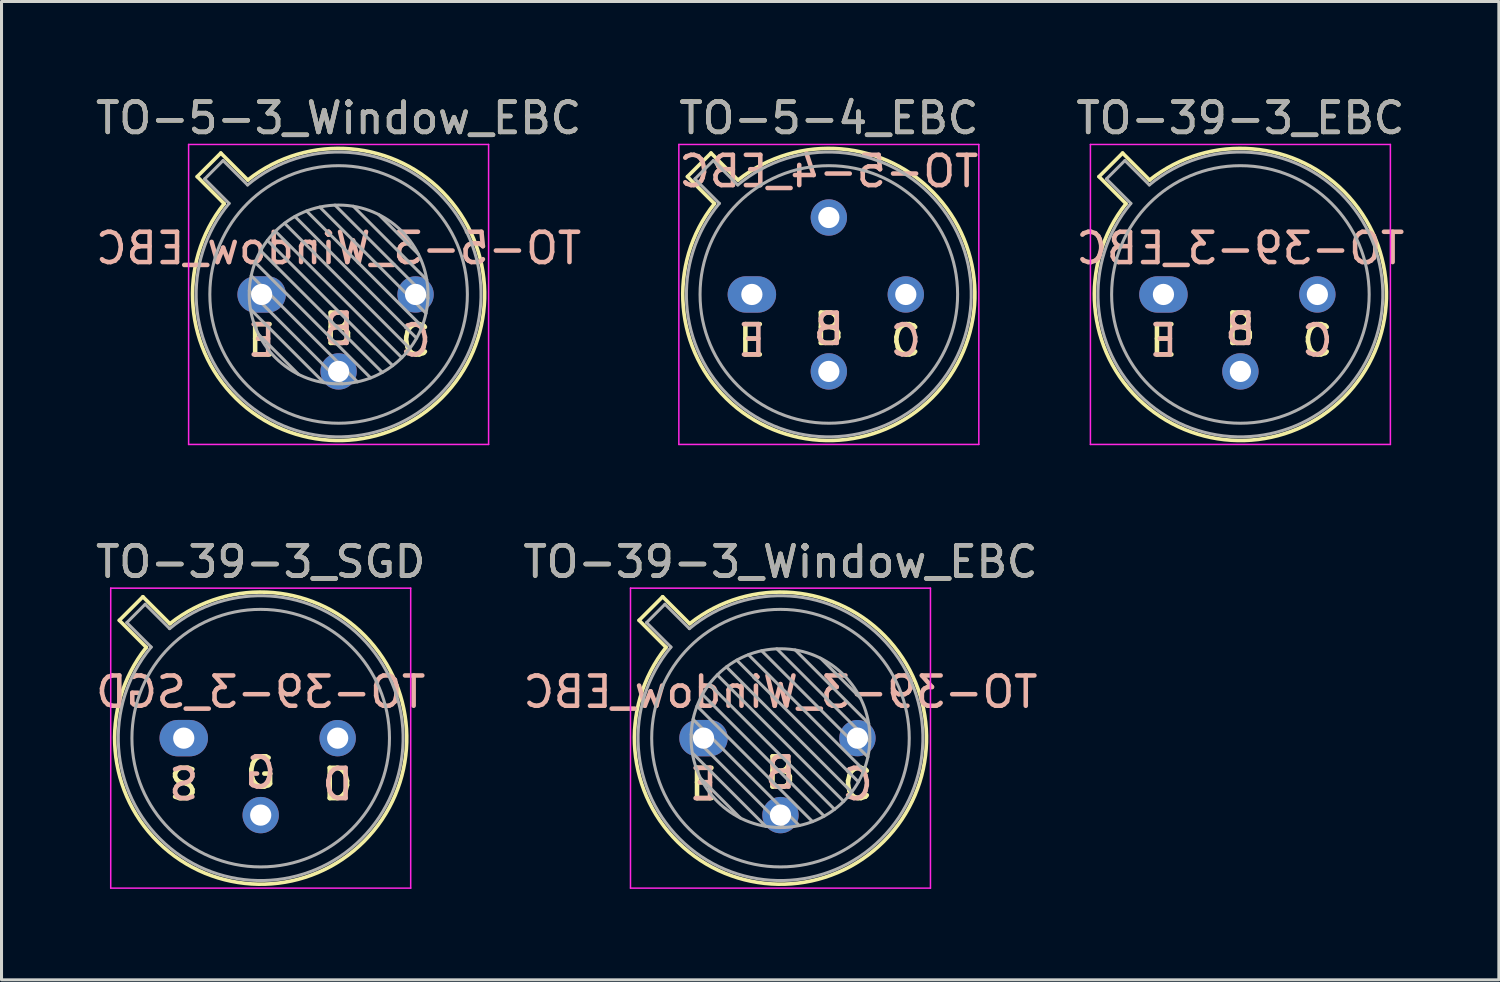
<source format=kicad_pcb>
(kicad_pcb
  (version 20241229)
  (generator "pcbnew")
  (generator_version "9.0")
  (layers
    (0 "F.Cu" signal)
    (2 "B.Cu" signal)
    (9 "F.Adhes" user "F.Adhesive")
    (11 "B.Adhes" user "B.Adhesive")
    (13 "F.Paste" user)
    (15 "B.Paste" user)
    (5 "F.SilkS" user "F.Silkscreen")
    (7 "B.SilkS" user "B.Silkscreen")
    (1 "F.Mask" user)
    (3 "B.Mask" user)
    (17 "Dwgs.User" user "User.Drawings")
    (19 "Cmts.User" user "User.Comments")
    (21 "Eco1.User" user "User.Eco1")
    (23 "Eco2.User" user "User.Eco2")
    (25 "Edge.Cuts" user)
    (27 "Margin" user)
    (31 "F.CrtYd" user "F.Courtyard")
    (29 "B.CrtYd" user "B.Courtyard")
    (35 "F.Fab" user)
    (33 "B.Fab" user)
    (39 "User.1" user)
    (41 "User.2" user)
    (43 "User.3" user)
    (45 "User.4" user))
  (footprint "TO-5-4_EBC"
    (layer "F.Cu")
    (at 21.764 6.668)
    (property "Reference" "TO-5-4_EBC" (at 2.54 -5.82 0) (layer "F.SilkS") (effects (font (size 1 1) (thickness 0.15))))
    (fp_line (start -2.126 -3.888) (end -1.235 -2.997) (stroke (width 0.12) (type solid)) (layer "F.SilkS"))
    (fp_line (start -1.348 -4.666) (end -2.126 -3.888) (stroke (width 0.12) (type solid)) (layer "F.SilkS"))
    (fp_line (start -0.457 -3.775) (end -1.348 -4.666) (stroke (width 0.12) (type solid)) (layer "F.SilkS"))
    (fp_arc (start -0.457084 -3.774902) (mid 5.948125 3.408384) (end -1.234674 -2.997371) (stroke (width 0.12) (type solid)) (layer "F.SilkS"))
    (fp_line (start -2.41 -4.95) (end -2.41 4.95) (stroke (width 0.05) (type solid)) (layer "F.CrtYd"))
    (fp_line (start -2.41 4.95) (end 7.49 4.95) (stroke (width 0.05) (type solid)) (layer "F.CrtYd"))
    (fp_line (start 7.49 -4.95) (end -2.41 -4.95) (stroke (width 0.05) (type solid)) (layer "F.CrtYd"))
    (fp_line (start 7.49 4.95) (end 7.49 -4.95) (stroke (width 0.05) (type solid)) (layer "F.CrtYd"))
    (fp_line (start -1.88 -3.812) (end -1.074 -3.005) (stroke (width 0.1) (type solid)) (layer "F.Fab"))
    (fp_line (start -1.272 -4.42) (end -1.88 -3.812) (stroke (width 0.1) (type solid)) (layer "F.Fab"))
    (fp_line (start -0.465 -3.614) (end -1.272 -4.42) (stroke (width 0.1) (type solid)) (layer "F.Fab"))
    (fp_arc (start -0.465408 -3.61352) (mid 5.863443 3.323361) (end -1.073594 -3.005319) (stroke (width 0.1) (type solid)) (layer "F.Fab"))
    (fp_circle (center 2.54 0) (end 6.79 0) (stroke (width 0.1) (type solid)) (fill no) (layer "F.Fab"))
    (fp_text user "C" (at 5.08 1.524 0) (unlocked yes) (layer "F.SilkS") (effects (font (size 1 1) (thickness 0.15))))
    (fp_text user "E" (at 0 1.524 0) (unlocked yes) (layer "F.SilkS") (effects (font (size 1 1) (thickness 0.15))))
    (fp_text user "B" (at 2.54 1.143 0) (unlocked yes) (layer "F.SilkS") (effects (font (size 1 1) (thickness 0.15))))
    (fp_text user "B" (at 2.54 1.143 0) (unlocked yes) (layer "B.SilkS") (effects (font (size 1 1) (thickness 0.15)) (justify mirror)))
    (fp_text user "E" (at 0 1.524 0) (unlocked yes) (layer "B.SilkS") (effects (font (size 1 1) (thickness 0.15)) (justify mirror)))
    (fp_text user "${REFERENCE}" (at 2.54 -4.064 0) (layer "B.SilkS") (effects (font (size 1 1) (thickness 0.15)) (justify mirror)))
    (fp_text user "C" (at 5.08 1.524 0) (unlocked yes) (layer "B.SilkS") (effects (font (size 1 1) (thickness 0.15)) (justify mirror)))
    (fp_text user "${REFERENCE}" (at 2.54 -5.82 0) (layer "F.Fab") (effects (font (size 1 1) (thickness 0.15))))
    (pad "1" thru_hole oval (at 0 0) (size 1.6 1.2) (drill 0.7) (layers "*.Cu" "*.Mask"))
    (pad "2" thru_hole oval (at 2.54 2.54) (size 1.2 1.2) (drill 0.7) (layers "*.Cu" "*.Mask"))
    (pad "3" thru_hole oval (at 5.08 0) (size 1.2 1.2) (drill 0.7) (layers "*.Cu" "*.Mask"))
    (pad "4" thru_hole oval (at 2.54 -2.54) (size 1.2 1.2) (drill 0.7) (layers "*.Cu" "*.Mask")))
  (footprint "TO-39-3_EBC"
    (layer "F.Cu")
    (at 35.347 6.668)
    (property "Reference" "TO-39-3_EBC" (at 2.54 -5.82 0) (layer "F.SilkS") (effects (font (size 1 1) (thickness 0.15))))
    (fp_line (start -2.126 -3.888) (end -1.235 -2.997) (stroke (width 0.12) (type solid)) (layer "F.SilkS"))
    (fp_line (start -1.348 -4.666) (end -2.126 -3.888) (stroke (width 0.12) (type solid)) (layer "F.SilkS"))
    (fp_line (start -0.457 -3.775) (end -1.348 -4.666) (stroke (width 0.12) (type solid)) (layer "F.SilkS"))
    (fp_arc (start -0.457084 -3.774902) (mid 5.948125 3.408384) (end -1.234674 -2.997371) (stroke (width 0.12) (type solid)) (layer "F.SilkS"))
    (fp_line (start -2.41 -4.95) (end -2.41 4.95) (stroke (width 0.05) (type solid)) (layer "F.CrtYd"))
    (fp_line (start -2.41 4.95) (end 7.49 4.95) (stroke (width 0.05) (type solid)) (layer "F.CrtYd"))
    (fp_line (start 7.49 -4.95) (end -2.41 -4.95) (stroke (width 0.05) (type solid)) (layer "F.CrtYd"))
    (fp_line (start 7.49 4.95) (end 7.49 -4.95) (stroke (width 0.05) (type solid)) (layer "F.CrtYd"))
    (fp_line (start -1.88 -3.812) (end -1.074 -3.005) (stroke (width 0.1) (type solid)) (layer "F.Fab"))
    (fp_line (start -1.272 -4.42) (end -1.88 -3.812) (stroke (width 0.1) (type solid)) (layer "F.Fab"))
    (fp_line (start -0.465 -3.614) (end -1.272 -4.42) (stroke (width 0.1) (type solid)) (layer "F.Fab"))
    (fp_arc (start -0.465408 -3.61352) (mid 5.863443 3.323361) (end -1.073594 -3.005319) (stroke (width 0.1) (type solid)) (layer "F.Fab"))
    (fp_circle (center 2.54 0) (end 6.79 0) (stroke (width 0.1) (type solid)) (fill no) (layer "F.Fab"))
    (fp_text user "B" (at 2.54 1.143 0) (unlocked yes) (layer "F.SilkS") (effects (font (size 1 1) (thickness 0.15))))
    (fp_text user "C" (at 5.08 1.524 0) (unlocked yes) (layer "F.SilkS") (effects (font (size 1 1) (thickness 0.15))))
    (fp_text user "E" (at 0 1.524 0) (unlocked yes) (layer "F.SilkS") (effects (font (size 1 1) (thickness 0.15))))
    (fp_text user "E" (at 0 1.524 0) (unlocked yes) (layer "B.SilkS") (effects (font (size 1 1) (thickness 0.15)) (justify mirror)))
    (fp_text user "${REFERENCE}" (at 2.54 -1.524 0) (layer "B.SilkS") (effects (font (size 1 1) (thickness 0.15)) (justify mirror)))
    (fp_text user "B" (at 2.54 1.143 0) (unlocked yes) (layer "B.SilkS") (effects (font (size 1 1) (thickness 0.15)) (justify mirror)))
    (fp_text user "C" (at 5.08 1.524 0) (unlocked yes) (layer "B.SilkS") (effects (font (size 1 1) (thickness 0.15)) (justify mirror)))
    (fp_text user "${REFERENCE}" (at 2.54 -5.82 0) (layer "F.Fab") (effects (font (size 1 1) (thickness 0.15))))
    (pad "1" thru_hole oval (at 0 0) (size 1.6 1.2) (drill 0.7) (layers "*.Cu" "*.Mask"))
    (pad "2" thru_hole oval (at 2.54 2.54) (size 1.2 1.2) (drill 0.7) (layers "*.Cu" "*.Mask"))
    (pad "3" thru_hole oval (at 5.08 0) (size 1.2 1.2) (drill 0.7) (layers "*.Cu" "*.Mask")))
  (footprint "TO-39-3_SGD"
    (layer "F.Cu")
    (at 3.014 21.311)
    (property "Reference" "TO-39-3_SGD" (at 2.54 -5.82 0) (layer "F.SilkS") (effects (font (size 1 1) (thickness 0.15))))
    (fp_line (start -2.126 -3.888) (end -1.235 -2.997) (stroke (width 0.12) (type solid)) (layer "F.SilkS"))
    (fp_line (start -1.348 -4.666) (end -2.126 -3.888) (stroke (width 0.12) (type solid)) (layer "F.SilkS"))
    (fp_line (start -0.457 -3.775) (end -1.348 -4.666) (stroke (width 0.12) (type solid)) (layer "F.SilkS"))
    (fp_arc (start -0.457084 -3.774902) (mid 5.948125 3.408384) (end -1.234674 -2.997371) (stroke (width 0.12) (type solid)) (layer "F.SilkS"))
    (fp_line (start -2.41 -4.95) (end -2.41 4.95) (stroke (width 0.05) (type solid)) (layer "F.CrtYd"))
    (fp_line (start -2.41 4.95) (end 7.49 4.95) (stroke (width 0.05) (type solid)) (layer "F.CrtYd"))
    (fp_line (start 7.49 -4.95) (end -2.41 -4.95) (stroke (width 0.05) (type solid)) (layer "F.CrtYd"))
    (fp_line (start 7.49 4.95) (end 7.49 -4.95) (stroke (width 0.05) (type solid)) (layer "F.CrtYd"))
    (fp_line (start -1.88 -3.812) (end -1.074 -3.005) (stroke (width 0.1) (type solid)) (layer "F.Fab"))
    (fp_line (start -1.272 -4.42) (end -1.88 -3.812) (stroke (width 0.1) (type solid)) (layer "F.Fab"))
    (fp_line (start -0.465 -3.614) (end -1.272 -4.42) (stroke (width 0.1) (type solid)) (layer "F.Fab"))
    (fp_arc (start -0.465408 -3.61352) (mid 5.863443 3.323361) (end -1.073594 -3.005319) (stroke (width 0.1) (type solid)) (layer "F.Fab"))
    (fp_circle (center 2.54 0) (end 6.79 0) (stroke (width 0.1) (type solid)) (fill no) (layer "F.Fab"))
    (fp_text user "G" (at 2.54 1.143 0) (unlocked yes) (layer "F.SilkS") (effects (font (size 1 1) (thickness 0.15))))
    (fp_text user "D" (at 5.08 1.524 0) (unlocked yes) (layer "F.SilkS") (effects (font (size 1 1) (thickness 0.15))))
    (fp_text user "S" (at 0 1.524 0) (unlocked yes) (layer "F.SilkS") (effects (font (size 1 1) (thickness 0.15))))
    (fp_text user "S" (at 0 1.524 0) (unlocked yes) (layer "B.SilkS") (effects (font (size 1 1) (thickness 0.15)) (justify mirror)))
    (fp_text user "D" (at 5.08 1.524 0) (unlocked yes) (layer "B.SilkS") (effects (font (size 1 1) (thickness 0.15)) (justify mirror)))
    (fp_text user "G" (at 2.54 1.143 0) (unlocked yes) (layer "B.SilkS") (effects (font (size 1 1) (thickness 0.15)) (justify mirror)))
    (fp_text user "${REFERENCE}" (at 2.54 -1.524 0) (layer "B.SilkS") (effects (font (size 1 1) (thickness 0.15)) (justify mirror)))
    (fp_text user "${REFERENCE}" (at 2.54 -5.82 0) (layer "F.Fab") (effects (font (size 1 1) (thickness 0.15))))
    (pad "1" thru_hole oval (at 0 0) (size 1.6 1.2) (drill 0.7) (layers "*.Cu" "*.Mask"))
    (pad "2" thru_hole oval (at 2.54 2.54) (size 1.2 1.2) (drill 0.7) (layers "*.Cu" "*.Mask"))
    (pad "3" thru_hole oval (at 5.08 0) (size 1.2 1.2) (drill 0.7) (layers "*.Cu" "*.Mask")))
  (footprint "TO-5-3_Window_EBC"
    (layer "F.Cu")
    (at 5.585 6.668)
    (property "Reference" "TO-5-3_Window_EBC" (at 2.54 -5.82 0) (layer "F.SilkS") (effects (font (size 1 1) (thickness 0.15))))
    (fp_line (start -2.126 -3.888) (end -1.235 -2.997) (stroke (width 0.12) (type solid)) (layer "F.SilkS"))
    (fp_line (start -1.348 -4.666) (end -2.126 -3.888) (stroke (width 0.12) (type solid)) (layer "F.SilkS"))
    (fp_line (start -0.457 -3.775) (end -1.348 -4.666) (stroke (width 0.12) (type solid)) (layer "F.SilkS"))
    (fp_arc (start -0.457084 -3.774902) (mid 5.948125 3.408384) (end -1.234674 -2.997371) (stroke (width 0.12) (type solid)) (layer "F.SilkS"))
    (fp_line (start -2.41 -4.95) (end -2.41 4.95) (stroke (width 0.05) (type solid)) (layer "F.CrtYd"))
    (fp_line (start -2.41 4.95) (end 7.49 4.95) (stroke (width 0.05) (type solid)) (layer "F.CrtYd"))
    (fp_line (start 7.49 -4.95) (end -2.41 -4.95) (stroke (width 0.05) (type solid)) (layer "F.CrtYd"))
    (fp_line (start 7.49 4.95) (end 7.49 -4.95) (stroke (width 0.05) (type solid)) (layer "F.CrtYd"))
    (fp_line (start -1.88 -3.812) (end -1.074 -3.005) (stroke (width 0.1) (type solid)) (layer "F.Fab"))
    (fp_line (start -1.272 -4.42) (end -1.88 -3.812) (stroke (width 0.1) (type solid)) (layer "F.Fab"))
    (fp_line (start -0.465 -3.614) (end -1.272 -4.42) (stroke (width 0.1) (type solid)) (layer "F.Fab"))
    (fp_line (start -0.408 -0.12) (end 2.66 2.948) (stroke (width 0.1) (type solid)) (layer "F.Fab"))
    (fp_line (start -0.371 0.485) (end 2.055 2.911) (stroke (width 0.1) (type solid)) (layer "F.Fab"))
    (fp_line (start -0.344 -0.622) (end 3.162 2.884) (stroke (width 0.1) (type solid)) (layer "F.Fab"))
    (fp_line (start -0.215 -1.058) (end 3.598 2.755) (stroke (width 0.1) (type solid)) (layer "F.Fab"))
    (fp_line (start -0.097 1.324) (end 1.216 2.637) (stroke (width 0.1) (type solid)) (layer "F.Fab"))
    (fp_line (start -0.034 -1.443) (end 3.983 2.574) (stroke (width 0.1) (type solid)) (layer "F.Fab"))
    (fp_line (start 0.19 -1.784) (end 4.324 2.35) (stroke (width 0.1) (type solid)) (layer "F.Fab"))
    (fp_line (start 0.454 -2.086) (end 4.626 2.086) (stroke (width 0.1) (type solid)) (layer "F.Fab"))
    (fp_line (start 0.756 -2.35) (end 4.89 1.784) (stroke (width 0.1) (type solid)) (layer "F.Fab"))
    (fp_line (start 1.097 -2.574) (end 5.114 1.443) (stroke (width 0.1) (type solid)) (layer "F.Fab"))
    (fp_line (start 1.482 -2.755) (end 5.295 1.058) (stroke (width 0.1) (type solid)) (layer "F.Fab"))
    (fp_line (start 1.918 -2.884) (end 5.424 0.622) (stroke (width 0.1) (type solid)) (layer "F.Fab"))
    (fp_line (start 2.42 -2.948) (end 5.488 0.12) (stroke (width 0.1) (type solid)) (layer "F.Fab"))
    (fp_line (start 3.025 -2.911) (end 5.451 -0.485) (stroke (width 0.1) (type solid)) (layer "F.Fab"))
    (fp_line (start 3.864 -2.637) (end 5.177 -1.324) (stroke (width 0.1) (type solid)) (layer "F.Fab"))
    (fp_arc (start -0.465408 -3.61352) (mid 5.863443 3.323361) (end -1.073594 -3.005319) (stroke (width 0.1) (type solid)) (layer "F.Fab"))
    (fp_circle (center 2.54 0) (end 5.49 0) (stroke (width 0.1) (type solid)) (fill no) (layer "F.Fab"))
    (fp_circle (center 2.54 0) (end 6.79 0) (stroke (width 0.1) (type solid)) (fill no) (layer "F.Fab"))
    (fp_text user "C" (at 5.08 1.524 0) (unlocked yes) (layer "F.SilkS") (effects (font (size 1 1) (thickness 0.15))))
    (fp_text user "B" (at 2.54 1.143 0) (unlocked yes) (layer "F.SilkS") (effects (font (size 1 1) (thickness 0.15))))
    (fp_text user "E" (at 0 1.524 0) (unlocked yes) (layer "F.SilkS") (effects (font (size 1 1) (thickness 0.15))))
    (fp_text user "E" (at 0 1.524 0) (unlocked yes) (layer "B.SilkS") (effects (font (size 1 1) (thickness 0.15)) (justify mirror)))
    (fp_text user "C" (at 5.08 1.524 0) (unlocked yes) (layer "B.SilkS") (effects (font (size 1 1) (thickness 0.15)) (justify mirror)))
    (fp_text user "${REFERENCE}" (at 2.54 -1.524 0) (layer "B.SilkS") (effects (font (size 1 1) (thickness 0.15)) (justify mirror)))
    (fp_text user "B" (at 2.54 1.143 0) (unlocked yes) (layer "B.SilkS") (effects (font (size 1 1) (thickness 0.15)) (justify mirror)))
    (fp_text user "${REFERENCE}" (at 2.54 -5.82 0) (layer "F.Fab") (effects (font (size 1 1) (thickness 0.15))))
    (pad "1" thru_hole oval (at 0 0) (size 1.6 1.2) (drill 0.7) (layers "*.Cu" "*.Mask"))
    (pad "2" thru_hole oval (at 2.54 2.54) (size 1.2 1.2) (drill 0.7) (layers "*.Cu" "*.Mask"))
    (pad "3" thru_hole oval (at 5.08 0) (size 1.2 1.2) (drill 0.7) (layers "*.Cu" "*.Mask")))
  (footprint "TO-39-3_Window_EBC"
    (layer "F.Cu")
    (at 20.168 21.311)
    (property "Reference" "TO-39-3_Window_EBC" (at 2.54 -5.82 0) (layer "F.SilkS") (effects (font (size 1 1) (thickness 0.15))))
    (fp_line (start -2.126 -3.888) (end -1.235 -2.997) (stroke (width 0.12) (type solid)) (layer "F.SilkS"))
    (fp_line (start -1.348 -4.666) (end -2.126 -3.888) (stroke (width 0.12) (type solid)) (layer "F.SilkS"))
    (fp_line (start -0.457 -3.775) (end -1.348 -4.666) (stroke (width 0.12) (type solid)) (layer "F.SilkS"))
    (fp_arc (start -0.457084 -3.774902) (mid 5.948125 3.408384) (end -1.234674 -2.997371) (stroke (width 0.12) (type solid)) (layer "F.SilkS"))
    (fp_line (start -2.41 -4.95) (end -2.41 4.95) (stroke (width 0.05) (type solid)) (layer "F.CrtYd"))
    (fp_line (start -2.41 4.95) (end 7.49 4.95) (stroke (width 0.05) (type solid)) (layer "F.CrtYd"))
    (fp_line (start 7.49 -4.95) (end -2.41 -4.95) (stroke (width 0.05) (type solid)) (layer "F.CrtYd"))
    (fp_line (start 7.49 4.95) (end 7.49 -4.95) (stroke (width 0.05) (type solid)) (layer "F.CrtYd"))
    (fp_line (start -1.88 -3.812) (end -1.074 -3.005) (stroke (width 0.1) (type solid)) (layer "F.Fab"))
    (fp_line (start -1.272 -4.42) (end -1.88 -3.812) (stroke (width 0.1) (type solid)) (layer "F.Fab"))
    (fp_line (start -0.465 -3.614) (end -1.272 -4.42) (stroke (width 0.1) (type solid)) (layer "F.Fab"))
    (fp_line (start -0.408 -0.12) (end 2.66 2.948) (stroke (width 0.1) (type solid)) (layer "F.Fab"))
    (fp_line (start -0.371 0.485) (end 2.055 2.911) (stroke (width 0.1) (type solid)) (layer "F.Fab"))
    (fp_line (start -0.344 -0.622) (end 3.162 2.884) (stroke (width 0.1) (type solid)) (layer "F.Fab"))
    (fp_line (start -0.215 -1.058) (end 3.598 2.755) (stroke (width 0.1) (type solid)) (layer "F.Fab"))
    (fp_line (start -0.097 1.324) (end 1.216 2.637) (stroke (width 0.1) (type solid)) (layer "F.Fab"))
    (fp_line (start -0.034 -1.443) (end 3.983 2.574) (stroke (width 0.1) (type solid)) (layer "F.Fab"))
    (fp_line (start 0.19 -1.784) (end 4.324 2.35) (stroke (width 0.1) (type solid)) (layer "F.Fab"))
    (fp_line (start 0.454 -2.086) (end 4.626 2.086) (stroke (width 0.1) (type solid)) (layer "F.Fab"))
    (fp_line (start 0.756 -2.35) (end 4.89 1.784) (stroke (width 0.1) (type solid)) (layer "F.Fab"))
    (fp_line (start 1.097 -2.574) (end 5.114 1.443) (stroke (width 0.1) (type solid)) (layer "F.Fab"))
    (fp_line (start 1.482 -2.755) (end 5.295 1.058) (stroke (width 0.1) (type solid)) (layer "F.Fab"))
    (fp_line (start 1.918 -2.884) (end 5.424 0.622) (stroke (width 0.1) (type solid)) (layer "F.Fab"))
    (fp_line (start 2.42 -2.948) (end 5.488 0.12) (stroke (width 0.1) (type solid)) (layer "F.Fab"))
    (fp_line (start 3.025 -2.911) (end 5.451 -0.485) (stroke (width 0.1) (type solid)) (layer "F.Fab"))
    (fp_line (start 3.864 -2.637) (end 5.177 -1.324) (stroke (width 0.1) (type solid)) (layer "F.Fab"))
    (fp_arc (start -0.465408 -3.61352) (mid 5.863443 3.323361) (end -1.073594 -3.005319) (stroke (width 0.1) (type solid)) (layer "F.Fab"))
    (fp_circle (center 2.54 0) (end 5.49 0) (stroke (width 0.1) (type solid)) (fill no) (layer "F.Fab"))
    (fp_circle (center 2.54 0) (end 6.79 0) (stroke (width 0.1) (type solid)) (fill no) (layer "F.Fab"))
    (fp_text user "B" (at 2.54 1.143 0) (unlocked yes) (layer "F.SilkS") (effects (font (size 1 1) (thickness 0.15))))
    (fp_text user "E" (at 0 1.524 0) (unlocked yes) (layer "F.SilkS") (effects (font (size 1 1) (thickness 0.15))))
    (fp_text user "C" (at 5.08 1.524 0) (unlocked yes) (layer "F.SilkS") (effects (font (size 1 1) (thickness 0.15))))
    (fp_text user "${REFERENCE}" (at 2.54 -1.524 0) (layer "B.SilkS") (effects (font (size 1 1) (thickness 0.15)) (justify mirror)))
    (fp_text user "E" (at 0 1.524 0) (unlocked yes) (layer "B.SilkS") (effects (font (size 1 1) (thickness 0.15)) (justify mirror)))
    (fp_text user "C" (at 5.08 1.524 0) (unlocked yes) (layer "B.SilkS") (effects (font (size 1 1) (thickness 0.15)) (justify mirror)))
    (fp_text user "B" (at 2.54 1.143 0) (unlocked yes) (layer "B.SilkS") (effects (font (size 1 1) (thickness 0.15)) (justify mirror)))
    (fp_text user "${REFERENCE}" (at 2.54 -5.82 0) (layer "F.Fab") (effects (font (size 1 1) (thickness 0.15))))
    (pad "1" thru_hole oval (at 0 0) (size 1.6 1.2) (drill 0.7) (layers "*.Cu" "*.Mask"))
    (pad "2" thru_hole oval (at 2.54 2.54) (size 1.2 1.2) (drill 0.7) (layers "*.Cu" "*.Mask"))
    (pad "3" thru_hole oval (at 5.08 0) (size 1.2 1.2) (drill 0.7) (layers "*.Cu" "*.Mask")))
  (gr_rect
    (start -3 -3)
    (end 46.417 29.287)
    (stroke (width 0.1) (type default))
    (fill no)
    (layer "Edge.Cuts")))
</source>
